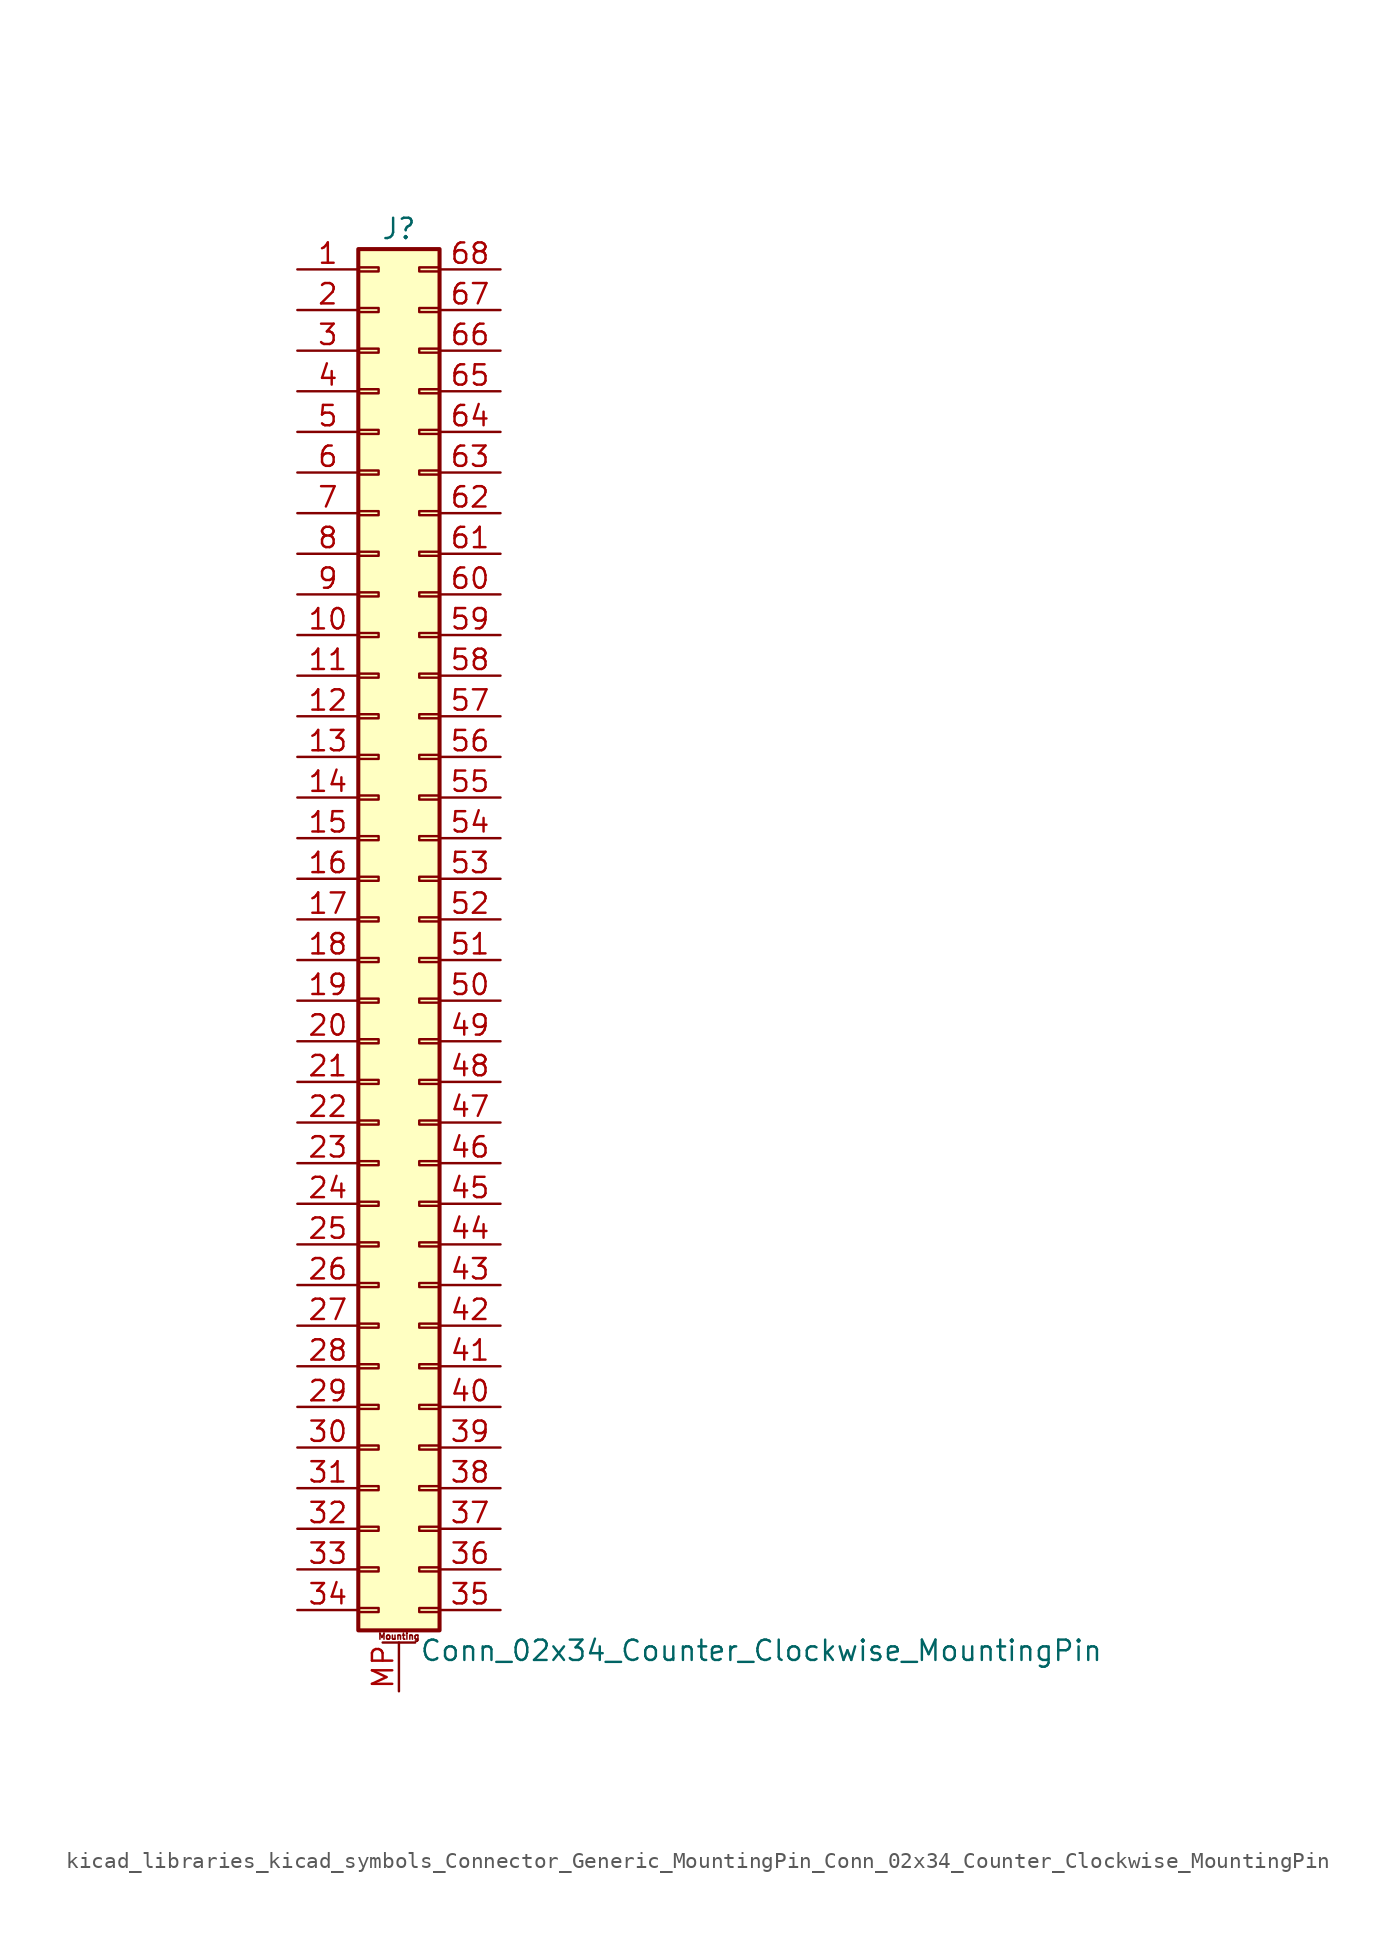
<source format=kicad_sym>
(kicad_symbol_lib
  (version 20220914)
  (generator kicad_symbol_editor)
  (symbol "kicad_libraries_kicad_symbols_Connector_Generic_MountingPin_Conn_02x34_Counter_Clockwise_MountingPin"
    (pin_names
      (offset 1.016) hide)
    (property "Reference" "J"
      (at 1.27 43.18 0)
      (effects (font (size 1.27 1.27))))
    (property "Value" "Conn_02x34_Counter_Clockwise_MountingPin"
      (at 2.54 -45.72 0)
      (effects (font (size 1.27 1.27)) (justify left)))
    (symbol "kicad_libraries_kicad_symbols_Connector_Generic_MountingPin_Conn_02x34_Counter_Clockwise_MountingPin_1_1"
      (rectangle (start -1.27 -43.053) (end 0 -43.307) (stroke (width 0.152) (type default)) (fill (type none)))
      (rectangle (start -1.27 -40.513) (end 0 -40.767) (stroke (width 0.152) (type default)) (fill (type none)))
      (rectangle (start -1.27 -37.973) (end 0 -38.227) (stroke (width 0.152) (type default)) (fill (type none)))
      (rectangle (start -1.27 -35.433) (end 0 -35.687) (stroke (width 0.152) (type default)) (fill (type none)))
      (rectangle (start -1.27 -32.893) (end 0 -33.147) (stroke (width 0.152) (type default)) (fill (type none)))
      (rectangle (start -1.27 -30.353) (end 0 -30.607) (stroke (width 0.152) (type default)) (fill (type none)))
      (rectangle (start -1.27 -27.813) (end 0 -28.067) (stroke (width 0.152) (type default)) (fill (type none)))
      (rectangle (start -1.27 -25.273) (end 0 -25.527) (stroke (width 0.152) (type default)) (fill (type none)))
      (rectangle (start -1.27 -22.733) (end 0 -22.987) (stroke (width 0.152) (type default)) (fill (type none)))
      (rectangle (start -1.27 -20.193) (end 0 -20.447) (stroke (width 0.152) (type default)) (fill (type none)))
      (rectangle (start -1.27 -17.653) (end 0 -17.907) (stroke (width 0.152) (type default)) (fill (type none)))
      (rectangle (start -1.27 -15.113) (end 0 -15.367) (stroke (width 0.152) (type default)) (fill (type none)))
      (rectangle (start -1.27 -12.573) (end 0 -12.827) (stroke (width 0.152) (type default)) (fill (type none)))
      (rectangle (start -1.27 -10.033) (end 0 -10.287) (stroke (width 0.152) (type default)) (fill (type none)))
      (rectangle (start -1.27 -7.493) (end 0 -7.747) (stroke (width 0.152) (type default)) (fill (type none)))
      (rectangle (start -1.27 -4.953) (end 0 -5.207) (stroke (width 0.152) (type default)) (fill (type none)))
      (rectangle (start -1.27 -2.413) (end 0 -2.667) (stroke (width 0.152) (type default)) (fill (type none)))
      (rectangle (start -1.27 0.127) (end 0 -0.127) (stroke (width 0.152) (type default)) (fill (type none)))
      (rectangle (start -1.27 2.667) (end 0 2.413) (stroke (width 0.152) (type default)) (fill (type none)))
      (rectangle (start -1.27 5.207) (end 0 4.953) (stroke (width 0.152) (type default)) (fill (type none)))
      (rectangle (start -1.27 7.747) (end 0 7.493) (stroke (width 0.152) (type default)) (fill (type none)))
      (rectangle (start -1.27 10.287) (end 0 10.033) (stroke (width 0.152) (type default)) (fill (type none)))
      (rectangle (start -1.27 12.827) (end 0 12.573) (stroke (width 0.152) (type default)) (fill (type none)))
      (rectangle (start -1.27 15.367) (end 0 15.113) (stroke (width 0.152) (type default)) (fill (type none)))
      (rectangle (start -1.27 17.907) (end 0 17.653) (stroke (width 0.152) (type default)) (fill (type none)))
      (rectangle (start -1.27 20.447) (end 0 20.193) (stroke (width 0.152) (type default)) (fill (type none)))
      (rectangle (start -1.27 22.987) (end 0 22.733) (stroke (width 0.152) (type default)) (fill (type none)))
      (rectangle (start -1.27 25.527) (end 0 25.273) (stroke (width 0.152) (type default)) (fill (type none)))
      (rectangle (start -1.27 28.067) (end 0 27.813) (stroke (width 0.152) (type default)) (fill (type none)))
      (rectangle (start -1.27 30.607) (end 0 30.353) (stroke (width 0.152) (type default)) (fill (type none)))
      (rectangle (start -1.27 33.147) (end 0 32.893) (stroke (width 0.152) (type default)) (fill (type none)))
      (rectangle (start -1.27 35.687) (end 0 35.433) (stroke (width 0.152) (type default)) (fill (type none)))
      (rectangle (start -1.27 38.227) (end 0 37.973) (stroke (width 0.152) (type default)) (fill (type none)))
      (rectangle (start -1.27 40.767) (end 0 40.513) (stroke (width 0.152) (type default)) (fill (type none)))
      (rectangle (start -1.27 41.91) (end 3.81 -44.45) (stroke (width 0.254) (type default)) (fill (type background)))
      (polyline (pts (xy 0.254 -45.212) (xy 2.286 -45.212)) (stroke (width 0.152) (type default)) (fill (type none)))
      (rectangle (start 3.81 -43.053) (end 2.54 -43.307) (stroke (width 0.152) (type default)) (fill (type none)))
      (rectangle (start 3.81 -40.513) (end 2.54 -40.767) (stroke (width 0.152) (type default)) (fill (type none)))
      (rectangle (start 3.81 -37.973) (end 2.54 -38.227) (stroke (width 0.152) (type default)) (fill (type none)))
      (rectangle (start 3.81 -35.433) (end 2.54 -35.687) (stroke (width 0.152) (type default)) (fill (type none)))
      (rectangle (start 3.81 -32.893) (end 2.54 -33.147) (stroke (width 0.152) (type default)) (fill (type none)))
      (rectangle (start 3.81 -30.353) (end 2.54 -30.607) (stroke (width 0.152) (type default)) (fill (type none)))
      (rectangle (start 3.81 -27.813) (end 2.54 -28.067) (stroke (width 0.152) (type default)) (fill (type none)))
      (rectangle (start 3.81 -25.273) (end 2.54 -25.527) (stroke (width 0.152) (type default)) (fill (type none)))
      (rectangle (start 3.81 -22.733) (end 2.54 -22.987) (stroke (width 0.152) (type default)) (fill (type none)))
      (rectangle (start 3.81 -20.193) (end 2.54 -20.447) (stroke (width 0.152) (type default)) (fill (type none)))
      (rectangle (start 3.81 -17.653) (end 2.54 -17.907) (stroke (width 0.152) (type default)) (fill (type none)))
      (rectangle (start 3.81 -15.113) (end 2.54 -15.367) (stroke (width 0.152) (type default)) (fill (type none)))
      (rectangle (start 3.81 -12.573) (end 2.54 -12.827) (stroke (width 0.152) (type default)) (fill (type none)))
      (rectangle (start 3.81 -10.033) (end 2.54 -10.287) (stroke (width 0.152) (type default)) (fill (type none)))
      (rectangle (start 3.81 -7.493) (end 2.54 -7.747) (stroke (width 0.152) (type default)) (fill (type none)))
      (rectangle (start 3.81 -4.953) (end 2.54 -5.207) (stroke (width 0.152) (type default)) (fill (type none)))
      (rectangle (start 3.81 -2.413) (end 2.54 -2.667) (stroke (width 0.152) (type default)) (fill (type none)))
      (rectangle (start 3.81 0.127) (end 2.54 -0.127) (stroke (width 0.152) (type default)) (fill (type none)))
      (rectangle (start 3.81 2.667) (end 2.54 2.413) (stroke (width 0.152) (type default)) (fill (type none)))
      (rectangle (start 3.81 5.207) (end 2.54 4.953) (stroke (width 0.152) (type default)) (fill (type none)))
      (rectangle (start 3.81 7.747) (end 2.54 7.493) (stroke (width 0.152) (type default)) (fill (type none)))
      (rectangle (start 3.81 10.287) (end 2.54 10.033) (stroke (width 0.152) (type default)) (fill (type none)))
      (rectangle (start 3.81 12.827) (end 2.54 12.573) (stroke (width 0.152) (type default)) (fill (type none)))
      (rectangle (start 3.81 15.367) (end 2.54 15.113) (stroke (width 0.152) (type default)) (fill (type none)))
      (rectangle (start 3.81 17.907) (end 2.54 17.653) (stroke (width 0.152) (type default)) (fill (type none)))
      (rectangle (start 3.81 20.447) (end 2.54 20.193) (stroke (width 0.152) (type default)) (fill (type none)))
      (rectangle (start 3.81 22.987) (end 2.54 22.733) (stroke (width 0.152) (type default)) (fill (type none)))
      (rectangle (start 3.81 25.527) (end 2.54 25.273) (stroke (width 0.152) (type default)) (fill (type none)))
      (rectangle (start 3.81 28.067) (end 2.54 27.813) (stroke (width 0.152) (type default)) (fill (type none)))
      (rectangle (start 3.81 30.607) (end 2.54 30.353) (stroke (width 0.152) (type default)) (fill (type none)))
      (rectangle (start 3.81 33.147) (end 2.54 32.893) (stroke (width 0.152) (type default)) (fill (type none)))
      (rectangle (start 3.81 35.687) (end 2.54 35.433) (stroke (width 0.152) (type default)) (fill (type none)))
      (rectangle (start 3.81 38.227) (end 2.54 37.973) (stroke (width 0.152) (type default)) (fill (type none)))
      (rectangle (start 3.81 40.767) (end 2.54 40.513) (stroke (width 0.152) (type default)) (fill (type none)))
      (text "Mounting" (at 1.27 -44.831 0) (effects (font (size 0.381 0.381))))
      (pin passive line (at -5.08 40.64 0) (length 3.81) (name "Pin_1" (effects (font (size 1.27 1.27)))) (number "1" (effects (font (size 1.27 1.27)))))
      (pin passive line (at -5.08 17.78 0) (length 3.81) (name "Pin_10" (effects (font (size 1.27 1.27)))) (number "10" (effects (font (size 1.27 1.27)))))
      (pin passive line (at -5.08 15.24 0) (length 3.81) (name "Pin_11" (effects (font (size 1.27 1.27)))) (number "11" (effects (font (size 1.27 1.27)))))
      (pin passive line (at -5.08 12.7 0) (length 3.81) (name "Pin_12" (effects (font (size 1.27 1.27)))) (number "12" (effects (font (size 1.27 1.27)))))
      (pin passive line (at -5.08 10.16 0) (length 3.81) (name "Pin_13" (effects (font (size 1.27 1.27)))) (number "13" (effects (font (size 1.27 1.27)))))
      (pin passive line (at -5.08 7.62 0) (length 3.81) (name "Pin_14" (effects (font (size 1.27 1.27)))) (number "14" (effects (font (size 1.27 1.27)))))
      (pin passive line (at -5.08 5.08 0) (length 3.81) (name "Pin_15" (effects (font (size 1.27 1.27)))) (number "15" (effects (font (size 1.27 1.27)))))
      (pin passive line (at -5.08 2.54 0) (length 3.81) (name "Pin_16" (effects (font (size 1.27 1.27)))) (number "16" (effects (font (size 1.27 1.27)))))
      (pin passive line (at -5.08 0 0) (length 3.81) (name "Pin_17" (effects (font (size 1.27 1.27)))) (number "17" (effects (font (size 1.27 1.27)))))
      (pin passive line (at -5.08 -2.54 0) (length 3.81) (name "Pin_18" (effects (font (size 1.27 1.27)))) (number "18" (effects (font (size 1.27 1.27)))))
      (pin passive line (at -5.08 -5.08 0) (length 3.81) (name "Pin_19" (effects (font (size 1.27 1.27)))) (number "19" (effects (font (size 1.27 1.27)))))
      (pin passive line (at -5.08 38.1 0) (length 3.81) (name "Pin_2" (effects (font (size 1.27 1.27)))) (number "2" (effects (font (size 1.27 1.27)))))
      (pin passive line (at -5.08 -7.62 0) (length 3.81) (name "Pin_20" (effects (font (size 1.27 1.27)))) (number "20" (effects (font (size 1.27 1.27)))))
      (pin passive line (at -5.08 -10.16 0) (length 3.81) (name "Pin_21" (effects (font (size 1.27 1.27)))) (number "21" (effects (font (size 1.27 1.27)))))
      (pin passive line (at -5.08 -12.7 0) (length 3.81) (name "Pin_22" (effects (font (size 1.27 1.27)))) (number "22" (effects (font (size 1.27 1.27)))))
      (pin passive line (at -5.08 -15.24 0) (length 3.81) (name "Pin_23" (effects (font (size 1.27 1.27)))) (number "23" (effects (font (size 1.27 1.27)))))
      (pin passive line (at -5.08 -17.78 0) (length 3.81) (name "Pin_24" (effects (font (size 1.27 1.27)))) (number "24" (effects (font (size 1.27 1.27)))))
      (pin passive line (at -5.08 -20.32 0) (length 3.81) (name "Pin_25" (effects (font (size 1.27 1.27)))) (number "25" (effects (font (size 1.27 1.27)))))
      (pin passive line (at -5.08 -22.86 0) (length 3.81) (name "Pin_26" (effects (font (size 1.27 1.27)))) (number "26" (effects (font (size 1.27 1.27)))))
      (pin passive line (at -5.08 -25.4 0) (length 3.81) (name "Pin_27" (effects (font (size 1.27 1.27)))) (number "27" (effects (font (size 1.27 1.27)))))
      (pin passive line (at -5.08 -27.94 0) (length 3.81) (name "Pin_28" (effects (font (size 1.27 1.27)))) (number "28" (effects (font (size 1.27 1.27)))))
      (pin passive line (at -5.08 -30.48 0) (length 3.81) (name "Pin_29" (effects (font (size 1.27 1.27)))) (number "29" (effects (font (size 1.27 1.27)))))
      (pin passive line (at -5.08 35.56 0) (length 3.81) (name "Pin_3" (effects (font (size 1.27 1.27)))) (number "3" (effects (font (size 1.27 1.27)))))
      (pin passive line (at -5.08 -33.02 0) (length 3.81) (name "Pin_30" (effects (font (size 1.27 1.27)))) (number "30" (effects (font (size 1.27 1.27)))))
      (pin passive line (at -5.08 -35.56 0) (length 3.81) (name "Pin_31" (effects (font (size 1.27 1.27)))) (number "31" (effects (font (size 1.27 1.27)))))
      (pin passive line (at -5.08 -38.1 0) (length 3.81) (name "Pin_32" (effects (font (size 1.27 1.27)))) (number "32" (effects (font (size 1.27 1.27)))))
      (pin passive line (at -5.08 -40.64 0) (length 3.81) (name "Pin_33" (effects (font (size 1.27 1.27)))) (number "33" (effects (font (size 1.27 1.27)))))
      (pin passive line (at -5.08 -43.18 0) (length 3.81) (name "Pin_34" (effects (font (size 1.27 1.27)))) (number "34" (effects (font (size 1.27 1.27)))))
      (pin passive line (at 7.62 -43.18 180) (length 3.81) (name "Pin_35" (effects (font (size 1.27 1.27)))) (number "35" (effects (font (size 1.27 1.27)))))
      (pin passive line (at 7.62 -40.64 180) (length 3.81) (name "Pin_36" (effects (font (size 1.27 1.27)))) (number "36" (effects (font (size 1.27 1.27)))))
      (pin passive line (at 7.62 -38.1 180) (length 3.81) (name "Pin_37" (effects (font (size 1.27 1.27)))) (number "37" (effects (font (size 1.27 1.27)))))
      (pin passive line (at 7.62 -35.56 180) (length 3.81) (name "Pin_38" (effects (font (size 1.27 1.27)))) (number "38" (effects (font (size 1.27 1.27)))))
      (pin passive line (at 7.62 -33.02 180) (length 3.81) (name "Pin_39" (effects (font (size 1.27 1.27)))) (number "39" (effects (font (size 1.27 1.27)))))
      (pin passive line (at -5.08 33.02 0) (length 3.81) (name "Pin_4" (effects (font (size 1.27 1.27)))) (number "4" (effects (font (size 1.27 1.27)))))
      (pin passive line (at 7.62 -30.48 180) (length 3.81) (name "Pin_40" (effects (font (size 1.27 1.27)))) (number "40" (effects (font (size 1.27 1.27)))))
      (pin passive line (at 7.62 -27.94 180) (length 3.81) (name "Pin_41" (effects (font (size 1.27 1.27)))) (number "41" (effects (font (size 1.27 1.27)))))
      (pin passive line (at 7.62 -25.4 180) (length 3.81) (name "Pin_42" (effects (font (size 1.27 1.27)))) (number "42" (effects (font (size 1.27 1.27)))))
      (pin passive line (at 7.62 -22.86 180) (length 3.81) (name "Pin_43" (effects (font (size 1.27 1.27)))) (number "43" (effects (font (size 1.27 1.27)))))
      (pin passive line (at 7.62 -20.32 180) (length 3.81) (name "Pin_44" (effects (font (size 1.27 1.27)))) (number "44" (effects (font (size 1.27 1.27)))))
      (pin passive line (at 7.62 -17.78 180) (length 3.81) (name "Pin_45" (effects (font (size 1.27 1.27)))) (number "45" (effects (font (size 1.27 1.27)))))
      (pin passive line (at 7.62 -15.24 180) (length 3.81) (name "Pin_46" (effects (font (size 1.27 1.27)))) (number "46" (effects (font (size 1.27 1.27)))))
      (pin passive line (at 7.62 -12.7 180) (length 3.81) (name "Pin_47" (effects (font (size 1.27 1.27)))) (number "47" (effects (font (size 1.27 1.27)))))
      (pin passive line (at 7.62 -10.16 180) (length 3.81) (name "Pin_48" (effects (font (size 1.27 1.27)))) (number "48" (effects (font (size 1.27 1.27)))))
      (pin passive line (at 7.62 -7.62 180) (length 3.81) (name "Pin_49" (effects (font (size 1.27 1.27)))) (number "49" (effects (font (size 1.27 1.27)))))
      (pin passive line (at -5.08 30.48 0) (length 3.81) (name "Pin_5" (effects (font (size 1.27 1.27)))) (number "5" (effects (font (size 1.27 1.27)))))
      (pin passive line (at 7.62 -5.08 180) (length 3.81) (name "Pin_50" (effects (font (size 1.27 1.27)))) (number "50" (effects (font (size 1.27 1.27)))))
      (pin passive line (at 7.62 -2.54 180) (length 3.81) (name "Pin_51" (effects (font (size 1.27 1.27)))) (number "51" (effects (font (size 1.27 1.27)))))
      (pin passive line (at 7.62 0 180) (length 3.81) (name "Pin_52" (effects (font (size 1.27 1.27)))) (number "52" (effects (font (size 1.27 1.27)))))
      (pin passive line (at 7.62 2.54 180) (length 3.81) (name "Pin_53" (effects (font (size 1.27 1.27)))) (number "53" (effects (font (size 1.27 1.27)))))
      (pin passive line (at 7.62 5.08 180) (length 3.81) (name "Pin_54" (effects (font (size 1.27 1.27)))) (number "54" (effects (font (size 1.27 1.27)))))
      (pin passive line (at 7.62 7.62 180) (length 3.81) (name "Pin_55" (effects (font (size 1.27 1.27)))) (number "55" (effects (font (size 1.27 1.27)))))
      (pin passive line (at 7.62 10.16 180) (length 3.81) (name "Pin_56" (effects (font (size 1.27 1.27)))) (number "56" (effects (font (size 1.27 1.27)))))
      (pin passive line (at 7.62 12.7 180) (length 3.81) (name "Pin_57" (effects (font (size 1.27 1.27)))) (number "57" (effects (font (size 1.27 1.27)))))
      (pin passive line (at 7.62 15.24 180) (length 3.81) (name "Pin_58" (effects (font (size 1.27 1.27)))) (number "58" (effects (font (size 1.27 1.27)))))
      (pin passive line (at 7.62 17.78 180) (length 3.81) (name "Pin_59" (effects (font (size 1.27 1.27)))) (number "59" (effects (font (size 1.27 1.27)))))
      (pin passive line (at -5.08 27.94 0) (length 3.81) (name "Pin_6" (effects (font (size 1.27 1.27)))) (number "6" (effects (font (size 1.27 1.27)))))
      (pin passive line (at 7.62 20.32 180) (length 3.81) (name "Pin_60" (effects (font (size 1.27 1.27)))) (number "60" (effects (font (size 1.27 1.27)))))
      (pin passive line (at 7.62 22.86 180) (length 3.81) (name "Pin_61" (effects (font (size 1.27 1.27)))) (number "61" (effects (font (size 1.27 1.27)))))
      (pin passive line (at 7.62 25.4 180) (length 3.81) (name "Pin_62" (effects (font (size 1.27 1.27)))) (number "62" (effects (font (size 1.27 1.27)))))
      (pin passive line (at 7.62 27.94 180) (length 3.81) (name "Pin_63" (effects (font (size 1.27 1.27)))) (number "63" (effects (font (size 1.27 1.27)))))
      (pin passive line (at 7.62 30.48 180) (length 3.81) (name "Pin_64" (effects (font (size 1.27 1.27)))) (number "64" (effects (font (size 1.27 1.27)))))
      (pin passive line (at 7.62 33.02 180) (length 3.81) (name "Pin_65" (effects (font (size 1.27 1.27)))) (number "65" (effects (font (size 1.27 1.27)))))
      (pin passive line (at 7.62 35.56 180) (length 3.81) (name "Pin_66" (effects (font (size 1.27 1.27)))) (number "66" (effects (font (size 1.27 1.27)))))
      (pin passive line (at 7.62 38.1 180) (length 3.81) (name "Pin_67" (effects (font (size 1.27 1.27)))) (number "67" (effects (font (size 1.27 1.27)))))
      (pin passive line (at 7.62 40.64 180) (length 3.81) (name "Pin_68" (effects (font (size 1.27 1.27)))) (number "68" (effects (font (size 1.27 1.27)))))
      (pin passive line (at -5.08 25.4 0) (length 3.81) (name "Pin_7" (effects (font (size 1.27 1.27)))) (number "7" (effects (font (size 1.27 1.27)))))
      (pin passive line (at -5.08 22.86 0) (length 3.81) (name "Pin_8" (effects (font (size 1.27 1.27)))) (number "8" (effects (font (size 1.27 1.27)))))
      (pin passive line (at -5.08 20.32 0) (length 3.81) (name "Pin_9" (effects (font (size 1.27 1.27)))) (number "9" (effects (font (size 1.27 1.27)))))
      (pin passive line (at 1.27 -48.26 90) (length 3.048) (name "MountPin" (effects (font (size 1.27 1.27)))) (number "MP" (effects (font (size 1.27 1.27))))))))
</source>
